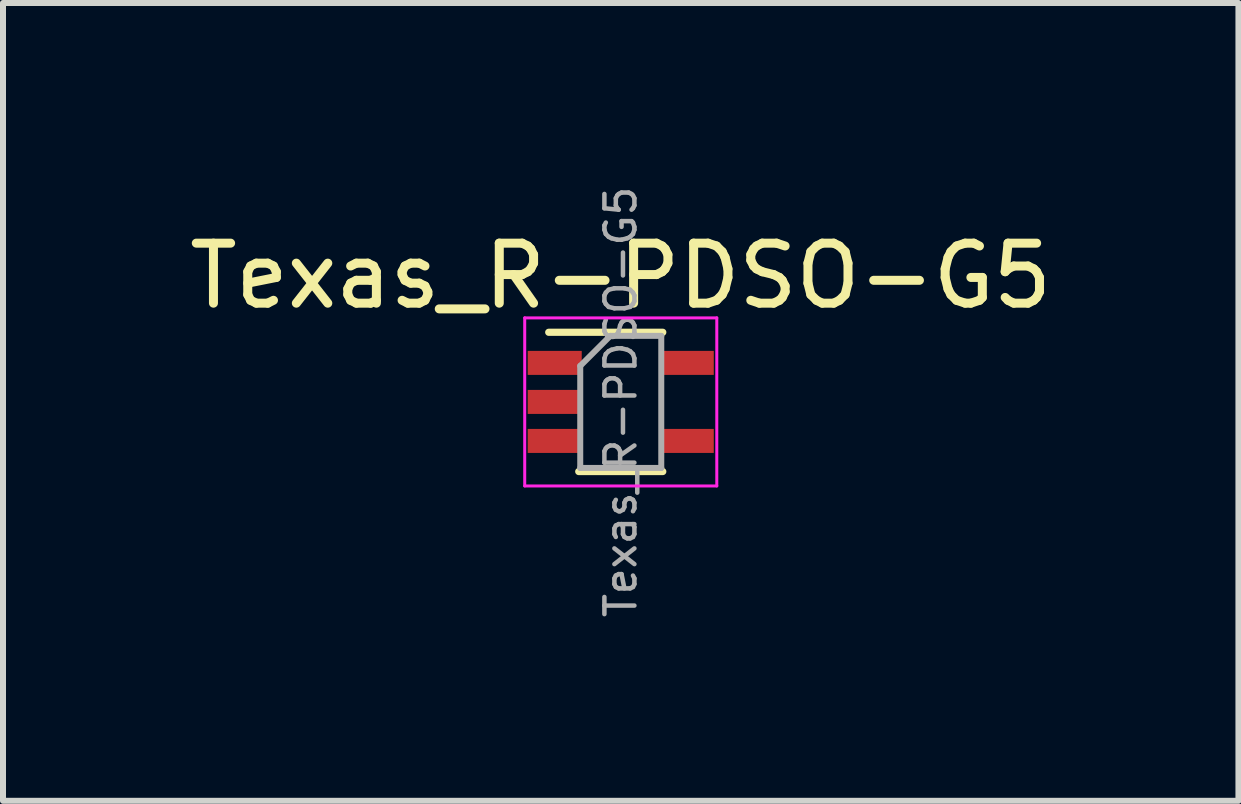
<source format=kicad_pcb>
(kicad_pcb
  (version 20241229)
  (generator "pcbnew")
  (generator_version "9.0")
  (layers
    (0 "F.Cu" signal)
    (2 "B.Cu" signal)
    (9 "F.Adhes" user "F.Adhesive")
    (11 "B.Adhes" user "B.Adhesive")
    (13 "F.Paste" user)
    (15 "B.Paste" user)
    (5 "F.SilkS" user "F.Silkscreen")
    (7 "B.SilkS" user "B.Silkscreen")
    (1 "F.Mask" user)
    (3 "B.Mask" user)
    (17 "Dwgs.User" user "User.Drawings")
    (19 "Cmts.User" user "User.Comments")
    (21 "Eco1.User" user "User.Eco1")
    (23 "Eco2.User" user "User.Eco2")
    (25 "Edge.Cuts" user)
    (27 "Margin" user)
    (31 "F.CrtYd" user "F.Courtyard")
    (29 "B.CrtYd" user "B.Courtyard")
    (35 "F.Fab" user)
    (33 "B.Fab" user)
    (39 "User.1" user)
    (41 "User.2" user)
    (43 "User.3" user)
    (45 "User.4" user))
  (footprint "Texas_R-PDSO-G5"
    (layer "F.Cu")
    (at 7.292 3.646)
    (property "Reference" "Texas_R-PDSO-G5" (at 0 -2.1 0) (layer "F.SilkS") (effects (font (size 1 1) (thickness 0.15))))
    (attr through_hole)
    (fp_line (start -0.7 1.16) (end 0.7 1.16) (stroke (width 0.12) (type solid)) (layer "F.SilkS"))
    (fp_line (start 0.7 -1.16) (end -1.2 -1.16) (stroke (width 0.12) (type solid)) (layer "F.SilkS"))
    (fp_line (start -1.6 -1.4) (end -1.6 1.4) (stroke (width 0.05) (type solid)) (layer "F.CrtYd"))
    (fp_line (start -1.6 -1.4) (end 1.6 -1.4) (stroke (width 0.05) (type solid)) (layer "F.CrtYd"))
    (fp_line (start -1.6 1.4) (end 1.6 1.4) (stroke (width 0.05) (type solid)) (layer "F.CrtYd"))
    (fp_line (start 1.6 1.4) (end 1.6 -1.4) (stroke (width 0.05) (type solid)) (layer "F.CrtYd"))
    (fp_line (start -0.675 -0.6) (end -0.675 1.1) (stroke (width 0.1) (type solid)) (layer "F.Fab"))
    (fp_line (start -0.175 -1.1) (end -0.675 -0.6) (stroke (width 0.1) (type solid)) (layer "F.Fab"))
    (fp_line (start 0.675 -1.1) (end -0.175 -1.1) (stroke (width 0.1) (type solid)) (layer "F.Fab"))
    (fp_line (start 0.675 -1.1) (end 0.675 1.1) (stroke (width 0.1) (type solid)) (layer "F.Fab"))
    (fp_line (start 0.675 1.1) (end -0.675 1.1) (stroke (width 0.1) (type solid)) (layer "F.Fab"))
    (fp_text user "${REFERENCE}" (at 0 0 90) (layer "F.Fab") (effects (font (size 0.5 0.5) (thickness 0.075))))
    (pad "1" smd rect (at -1.1 -0.65) (size 0.9 0.4) (layers "F.Cu" "F.Mask" "F.Paste"))
    (pad "2" smd rect (at -1.1 0) (size 0.9 0.4) (layers "F.Cu" "F.Mask" "F.Paste"))
    (pad "3" smd rect (at -1.1 0.65) (size 0.9 0.4) (layers "F.Cu" "F.Mask" "F.Paste"))
    (pad "4" smd rect (at 1.1 0.65) (size 0.9 0.4) (layers "F.Cu" "F.Mask" "F.Paste"))
    (pad "5" smd rect (at 1.1 -0.65) (size 0.9 0.4) (layers "F.Cu" "F.Mask" "F.Paste")))
  (gr_rect
    (start -3 -3)
    (end 17.583 10.292)
    (stroke (width 0.1) (type default))
    (fill no)
    (layer "Edge.Cuts")))
</source>
